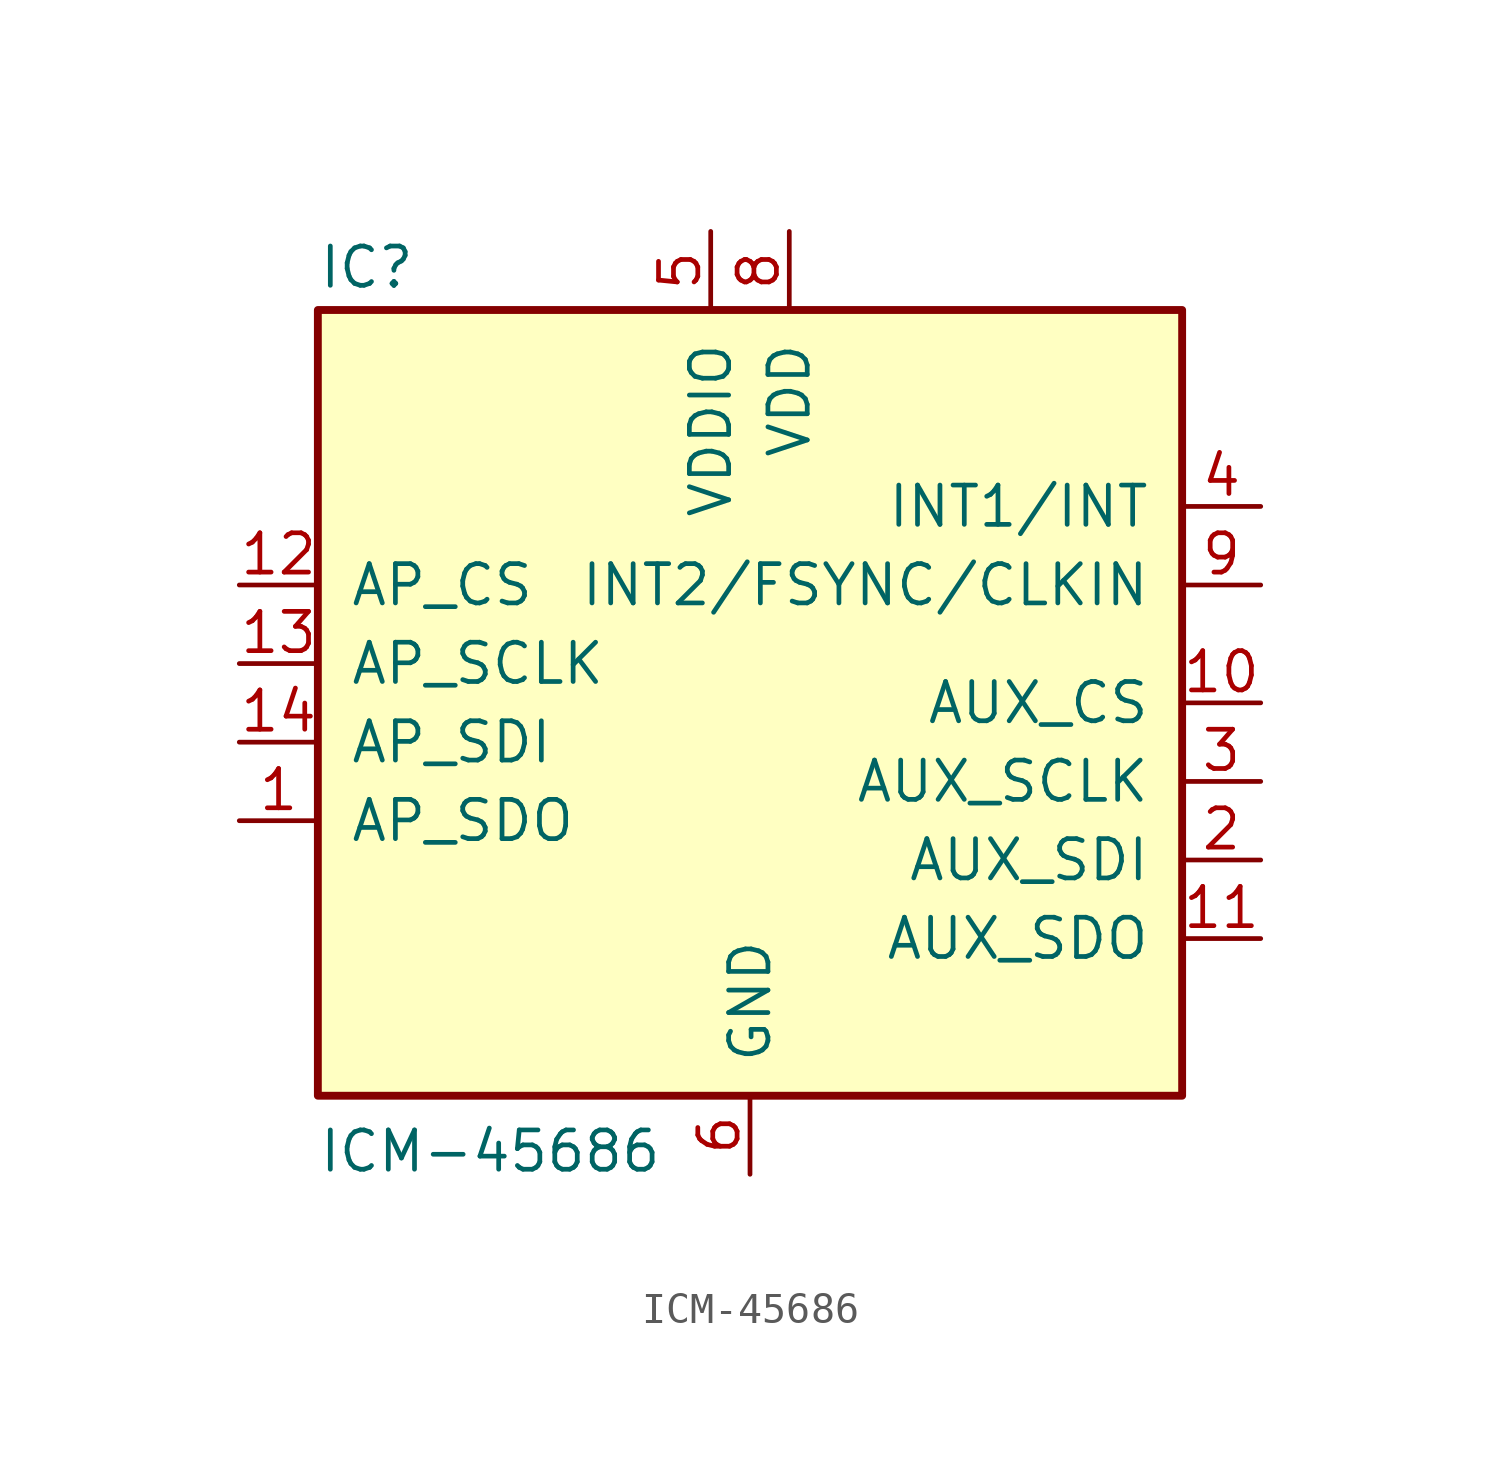
<source format=kicad_sym>
(kicad_symbol_lib
  (version 20231120)
  (generator "kicad_symbol_editor")
  (generator_version "8.0")
  (symbol "ICM-45686"
    (pin_names
      (offset 1.016))
    (property "Reference" "IC"
      (at -13.97 13.335 0)
      (effects (font (size 1.27 1.27)) (justify left bottom)))
    (property "Value" "ICM-45686"
      (at -13.97 -15.24 0)
      (effects (font (size 1.27 1.27)) (justify left bottom)))
    (symbol "ICM-45686_0_0"
      (rectangle (start -13.97 12.7) (end 13.97 -12.7) (stroke (width 0.254) (type default)) (fill (type background))))
    (symbol "ICM-45686_1_0"
      (pin bidirectional line (at -16.51 -3.81 0) (length 2.54) (name "AP_SDO" (effects (font (size 1.27 1.27)))) (number "1" (effects (font (size 1.27 1.27)))))
      (pin passive line (at 16.51 0 180) (length 2.54) (name "AUX_CS" (effects (font (size 1.27 1.27)))) (number "10" (effects (font (size 1.27 1.27)))))
      (pin passive line (at 16.51 -7.62 180) (length 2.54) (name "AUX_SDO" (effects (font (size 1.27 1.27)))) (number "11" (effects (font (size 1.27 1.27)))))
      (pin input line (at -16.51 3.81 0) (length 2.54) (name "AP_CS" (effects (font (size 1.27 1.27)))) (number "12" (effects (font (size 1.27 1.27)))))
      (pin input line (at -16.51 1.27 0) (length 2.54) (name "AP_SCLK" (effects (font (size 1.27 1.27)))) (number "13" (effects (font (size 1.27 1.27)))))
      (pin bidirectional line (at -16.51 -1.27 0) (length 2.54) (name "AP_SDI" (effects (font (size 1.27 1.27)))) (number "14" (effects (font (size 1.27 1.27)))))
      (pin passive line (at 16.51 -5.08 180) (length 2.54) (name "AUX_SDI" (effects (font (size 1.27 1.27)))) (number "2" (effects (font (size 1.27 1.27)))))
      (pin passive line (at 16.51 -2.54 180) (length 2.54) (name "AUX_SCLK" (effects (font (size 1.27 1.27)))) (number "3" (effects (font (size 1.27 1.27)))))
      (pin output line (at 16.51 6.35 180) (length 2.54) (name "INT1/INT" (effects (font (size 1.27 1.27)))) (number "4" (effects (font (size 1.27 1.27)))))
      (pin power_in line (at -1.27 15.24 270) (length 2.54) (name "VDDIO" (effects (font (size 1.27 1.27)))) (number "5" (effects (font (size 1.27 1.27)))))
      (pin power_in line (at 0 -15.24 90) (length 2.54) (name "GND" (effects (font (size 1.27 1.27)))) (number "6" (effects (font (size 1.27 1.27)))))
      (pin passive line (at 16.51 -10.16 180) (length 2.54) hide (name "RESV_7" (effects (font (size 1.27 1.27)))) (number "7" (effects (font (size 1.27 1.27)))))
      (pin power_in line (at 1.27 15.24 270) (length 2.54) (name "VDD" (effects (font (size 1.27 1.27)))) (number "8" (effects (font (size 1.27 1.27)))))
      (pin bidirectional line (at 16.51 3.81 180) (length 2.54) (name "INT2/FSYNC/CLKIN" (effects (font (size 1.27 1.27)))) (number "9" (effects (font (size 1.27 1.27))))))))
</source>
